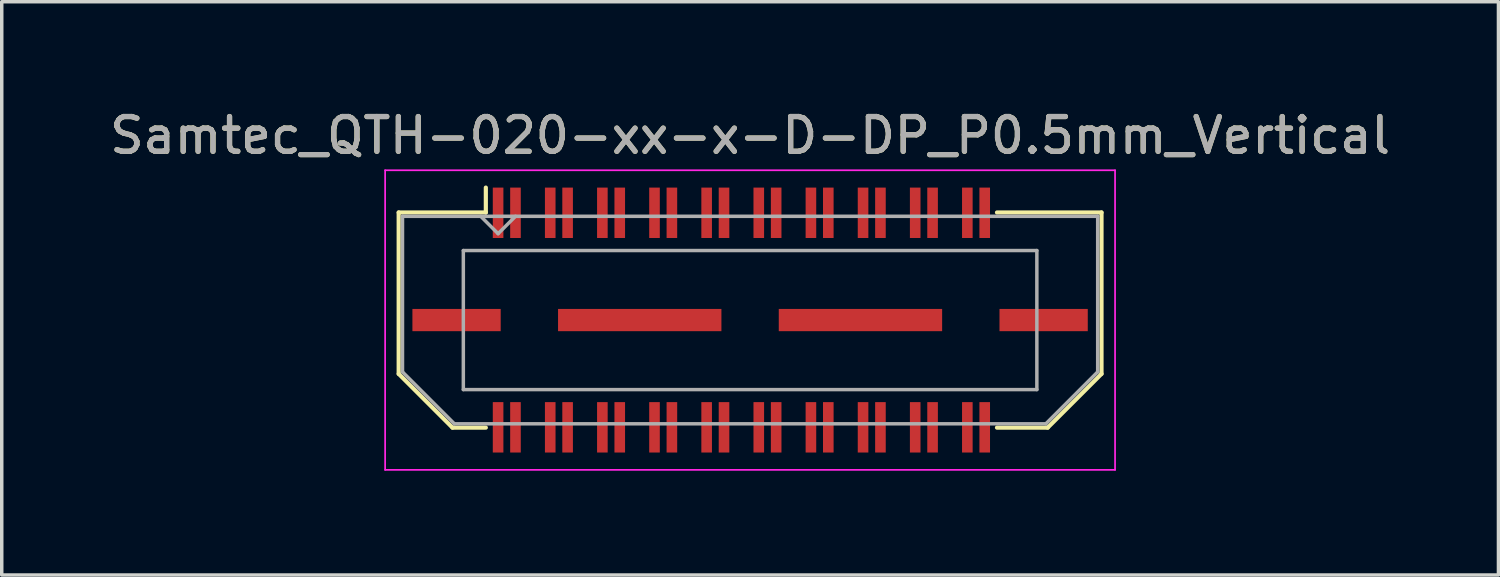
<source format=kicad_pcb>
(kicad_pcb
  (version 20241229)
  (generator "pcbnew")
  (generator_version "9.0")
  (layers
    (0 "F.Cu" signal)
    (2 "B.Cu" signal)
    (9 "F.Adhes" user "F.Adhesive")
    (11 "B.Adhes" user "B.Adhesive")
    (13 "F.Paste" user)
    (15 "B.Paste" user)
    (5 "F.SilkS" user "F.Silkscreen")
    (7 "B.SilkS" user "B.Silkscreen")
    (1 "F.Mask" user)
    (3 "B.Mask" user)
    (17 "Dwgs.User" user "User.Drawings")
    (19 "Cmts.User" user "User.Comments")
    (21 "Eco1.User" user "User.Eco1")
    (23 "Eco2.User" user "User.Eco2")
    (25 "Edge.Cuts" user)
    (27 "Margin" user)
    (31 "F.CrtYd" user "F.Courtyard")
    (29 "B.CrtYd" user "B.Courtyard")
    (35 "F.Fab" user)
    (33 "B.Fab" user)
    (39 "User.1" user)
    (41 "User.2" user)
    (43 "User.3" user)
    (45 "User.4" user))
  (footprint "Samtec_QTH-020-xx-x-D-DP_P0.5mm_Vertical"
    (layer "F.Cu")
    (at 18.53 6.158)
    (property "Reference" "Samtec_QTH-020-xx-x-D-DP_P0.5mm_Vertical" (at 0 -5.31 0) (layer "F.SilkS") (effects (font (size 1 1) (thickness 0.15))))
    (attr smd)
    (fp_line (start -10.11 -3.095) (end -10.11 1.548) (stroke (width 0.12) (type solid)) (layer "F.SilkS"))
    (fp_line (start -10.11 1.548) (end -8.562 3.095) (stroke (width 0.12) (type solid)) (layer "F.SilkS"))
    (fp_line (start -8.562 3.095) (end -7.603 3.095) (stroke (width 0.12) (type solid)) (layer "F.SilkS"))
    (fp_line (start -7.603 -3.811) (end -7.603 -3.095) (stroke (width 0.12) (type solid)) (layer "F.SilkS"))
    (fp_line (start -7.603 -3.095) (end -10.11 -3.095) (stroke (width 0.12) (type solid)) (layer "F.SilkS"))
    (fp_line (start 7.103 -3.095) (end 10.11 -3.095) (stroke (width 0.12) (type solid)) (layer "F.SilkS"))
    (fp_line (start 8.562 3.095) (end 7.103 3.095) (stroke (width 0.12) (type solid)) (layer "F.SilkS"))
    (fp_line (start 10.11 -3.095) (end 10.11 1.548) (stroke (width 0.12) (type solid)) (layer "F.SilkS"))
    (fp_line (start 10.11 1.548) (end 8.562 3.095) (stroke (width 0.12) (type solid)) (layer "F.SilkS"))
    (fp_line (start -10.5 -4.31) (end -10.5 4.31) (stroke (width 0.05) (type solid)) (layer "F.CrtYd"))
    (fp_line (start -10.5 4.31) (end 10.5 4.31) (stroke (width 0.05) (type solid)) (layer "F.CrtYd"))
    (fp_line (start 10.5 -4.31) (end -10.5 -4.31) (stroke (width 0.05) (type solid)) (layer "F.CrtYd"))
    (fp_line (start 10.5 4.31) (end 10.5 -4.31) (stroke (width 0.05) (type solid)) (layer "F.CrtYd"))
    (fp_line (start -10 -2.985) (end -10 1.492) (stroke (width 0.1) (type solid)) (layer "F.Fab"))
    (fp_line (start -10 -2.985) (end 10 -2.985) (stroke (width 0.1) (type solid)) (layer "F.Fab"))
    (fp_line (start -10 1.492) (end -8.508 2.985) (stroke (width 0.1) (type solid)) (layer "F.Fab"))
    (fp_line (start -8.508 2.985) (end 8.508 2.985) (stroke (width 0.1) (type solid)) (layer "F.Fab"))
    (fp_line (start -8.25 -2) (end -8.25 2) (stroke (width 0.1) (type solid)) (layer "F.Fab"))
    (fp_line (start -8.25 2) (end 8.25 2) (stroke (width 0.1) (type solid)) (layer "F.Fab"))
    (fp_line (start -7.25 -2.485) (end -7.75 -2.985) (stroke (width 0.1) (type solid)) (layer "F.Fab"))
    (fp_line (start -6.75 -2.985) (end -7.25 -2.485) (stroke (width 0.1) (type solid)) (layer "F.Fab"))
    (fp_line (start 8.25 -2) (end -8.25 -2) (stroke (width 0.1) (type solid)) (layer "F.Fab"))
    (fp_line (start 8.25 2) (end 8.25 -2) (stroke (width 0.1) (type solid)) (layer "F.Fab"))
    (fp_line (start 10 -2.985) (end 10 1.492) (stroke (width 0.1) (type solid)) (layer "F.Fab"))
    (fp_line (start 10 1.492) (end 8.508 2.985) (stroke (width 0.1) (type solid)) (layer "F.Fab"))
    (fp_text user "${REFERENCE}" (at 0 -5.31 0) (layer "F.Fab") (effects (font (size 1 1) (thickness 0.15))))
    (pad "1" smd rect (at -7.25 -3.086) (size 0.305 1.45) (layers "F.Cu" "F.Mask" "F.Paste"))
    (pad "2" smd rect (at -7.25 3.086) (size 0.305 1.45) (layers "F.Cu" "F.Mask" "F.Paste"))
    (pad "3" smd rect (at -6.75 -3.086) (size 0.305 1.45) (layers "F.Cu" "F.Mask" "F.Paste"))
    (pad "4" smd rect (at -6.75 3.086) (size 0.305 1.45) (layers "F.Cu" "F.Mask" "F.Paste"))
    (pad "5" smd rect (at -5.75 -3.086) (size 0.305 1.45) (layers "F.Cu" "F.Mask" "F.Paste"))
    (pad "6" smd rect (at -5.75 3.086) (size 0.305 1.45) (layers "F.Cu" "F.Mask" "F.Paste"))
    (pad "7" smd rect (at -5.25 -3.086) (size 0.305 1.45) (layers "F.Cu" "F.Mask" "F.Paste"))
    (pad "8" smd rect (at -5.25 3.086) (size 0.305 1.45) (layers "F.Cu" "F.Mask" "F.Paste"))
    (pad "9" smd rect (at -4.25 -3.086) (size 0.305 1.45) (layers "F.Cu" "F.Mask" "F.Paste"))
    (pad "10" smd rect (at -4.25 3.086) (size 0.305 1.45) (layers "F.Cu" "F.Mask" "F.Paste"))
    (pad "11" smd rect (at -3.75 -3.086) (size 0.305 1.45) (layers "F.Cu" "F.Mask" "F.Paste"))
    (pad "12" smd rect (at -3.75 3.086) (size 0.305 1.45) (layers "F.Cu" "F.Mask" "F.Paste"))
    (pad "13" smd rect (at -2.75 -3.086) (size 0.305 1.45) (layers "F.Cu" "F.Mask" "F.Paste"))
    (pad "14" smd rect (at -2.75 3.086) (size 0.305 1.45) (layers "F.Cu" "F.Mask" "F.Paste"))
    (pad "15" smd rect (at -2.25 -3.086) (size 0.305 1.45) (layers "F.Cu" "F.Mask" "F.Paste"))
    (pad "16" smd rect (at -2.25 3.086) (size 0.305 1.45) (layers "F.Cu" "F.Mask" "F.Paste"))
    (pad "17" smd rect (at -1.25 -3.086) (size 0.305 1.45) (layers "F.Cu" "F.Mask" "F.Paste"))
    (pad "18" smd rect (at -1.25 3.086) (size 0.305 1.45) (layers "F.Cu" "F.Mask" "F.Paste"))
    (pad "19" smd rect (at -0.75 -3.086) (size 0.305 1.45) (layers "F.Cu" "F.Mask" "F.Paste"))
    (pad "20" smd rect (at -0.75 3.086) (size 0.305 1.45) (layers "F.Cu" "F.Mask" "F.Paste"))
    (pad "21" smd rect (at 0.25 -3.086) (size 0.305 1.45) (layers "F.Cu" "F.Mask" "F.Paste"))
    (pad "22" smd rect (at 0.25 3.086) (size 0.305 1.45) (layers "F.Cu" "F.Mask" "F.Paste"))
    (pad "23" smd rect (at 0.75 -3.086) (size 0.305 1.45) (layers "F.Cu" "F.Mask" "F.Paste"))
    (pad "24" smd rect (at 0.75 3.086) (size 0.305 1.45) (layers "F.Cu" "F.Mask" "F.Paste"))
    (pad "25" smd rect (at 1.75 -3.086) (size 0.305 1.45) (layers "F.Cu" "F.Mask" "F.Paste"))
    (pad "26" smd rect (at 1.75 3.086) (size 0.305 1.45) (layers "F.Cu" "F.Mask" "F.Paste"))
    (pad "27" smd rect (at 2.25 -3.086) (size 0.305 1.45) (layers "F.Cu" "F.Mask" "F.Paste"))
    (pad "28" smd rect (at 2.25 3.086) (size 0.305 1.45) (layers "F.Cu" "F.Mask" "F.Paste"))
    (pad "29" smd rect (at 3.25 -3.086) (size 0.305 1.45) (layers "F.Cu" "F.Mask" "F.Paste"))
    (pad "30" smd rect (at 3.25 3.086) (size 0.305 1.45) (layers "F.Cu" "F.Mask" "F.Paste"))
    (pad "31" smd rect (at 3.75 -3.086) (size 0.305 1.45) (layers "F.Cu" "F.Mask" "F.Paste"))
    (pad "32" smd rect (at 3.75 3.086) (size 0.305 1.45) (layers "F.Cu" "F.Mask" "F.Paste"))
    (pad "33" smd rect (at 4.75 -3.086) (size 0.305 1.45) (layers "F.Cu" "F.Mask" "F.Paste"))
    (pad "34" smd rect (at 4.75 3.086) (size 0.305 1.45) (layers "F.Cu" "F.Mask" "F.Paste"))
    (pad "35" smd rect (at 5.25 -3.086) (size 0.305 1.45) (layers "F.Cu" "F.Mask" "F.Paste"))
    (pad "36" smd rect (at 5.25 3.086) (size 0.305 1.45) (layers "F.Cu" "F.Mask" "F.Paste"))
    (pad "37" smd rect (at 6.25 -3.086) (size 0.305 1.45) (layers "F.Cu" "F.Mask" "F.Paste"))
    (pad "38" smd rect (at 6.25 3.086) (size 0.305 1.45) (layers "F.Cu" "F.Mask" "F.Paste"))
    (pad "39" smd rect (at 6.75 -3.086) (size 0.305 1.45) (layers "F.Cu" "F.Mask" "F.Paste"))
    (pad "40" smd rect (at 6.75 3.086) (size 0.305 1.45) (layers "F.Cu" "F.Mask" "F.Paste"))
    (pad "P1" smd rect (at -8.445 0) (size 2.54 0.64) (layers "F.Cu" "F.Mask" "F.Paste"))
    (pad "P1" smd rect (at -3.175 0) (size 4.7 0.64) (layers "F.Cu" "F.Mask" "F.Paste"))
    (pad "P1" smd rect (at 3.175 0) (size 4.7 0.64) (layers "F.Cu" "F.Mask" "F.Paste"))
    (pad "P1" smd rect (at 8.445 0) (size 2.54 0.64) (layers "F.Cu" "F.Mask" "F.Paste")))
  (gr_rect
    (start -3 -3)
    (end 40.06 13.493)
    (stroke (width 0.1) (type default))
    (fill no)
    (layer "Edge.Cuts")))
</source>
